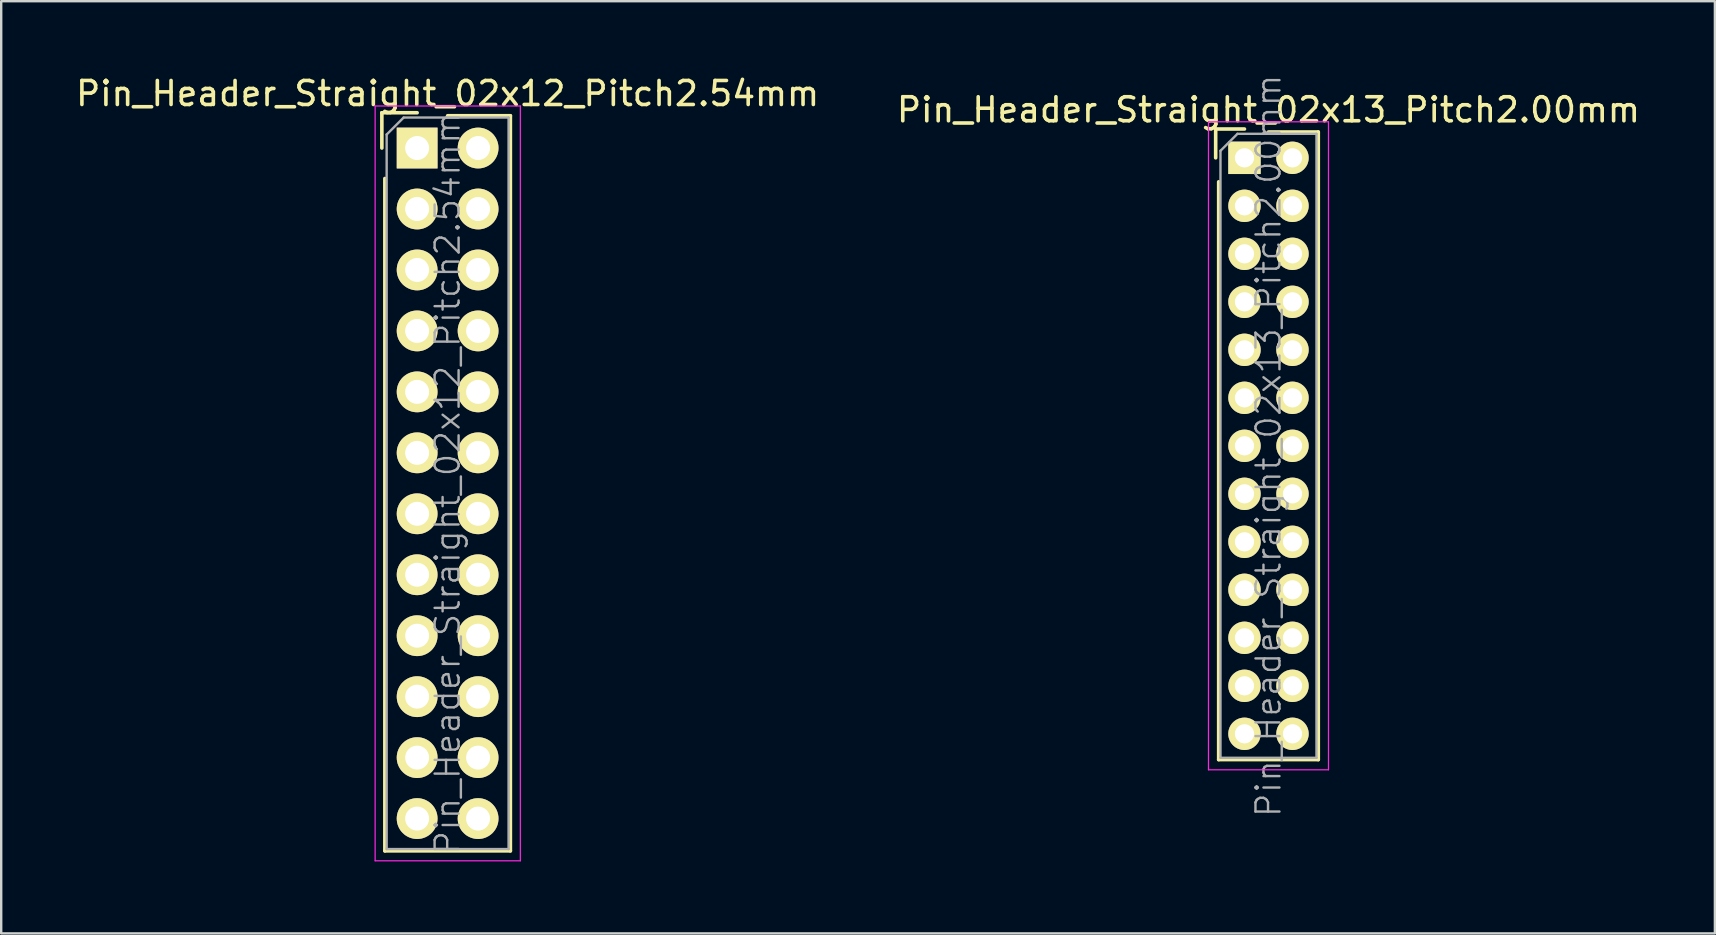
<source format=kicad_pcb>
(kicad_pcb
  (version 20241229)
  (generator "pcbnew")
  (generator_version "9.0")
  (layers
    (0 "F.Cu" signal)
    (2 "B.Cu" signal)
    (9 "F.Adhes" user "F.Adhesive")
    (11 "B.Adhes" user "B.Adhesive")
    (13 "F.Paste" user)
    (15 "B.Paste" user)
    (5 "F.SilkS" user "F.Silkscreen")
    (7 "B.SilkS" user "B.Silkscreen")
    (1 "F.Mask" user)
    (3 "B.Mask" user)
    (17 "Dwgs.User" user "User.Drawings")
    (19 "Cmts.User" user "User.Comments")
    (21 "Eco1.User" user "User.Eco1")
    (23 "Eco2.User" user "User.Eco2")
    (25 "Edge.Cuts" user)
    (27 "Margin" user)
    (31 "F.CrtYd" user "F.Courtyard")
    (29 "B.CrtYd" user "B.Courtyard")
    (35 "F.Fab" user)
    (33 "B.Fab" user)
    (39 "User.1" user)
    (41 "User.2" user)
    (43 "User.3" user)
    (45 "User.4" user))
  (footprint "Pin_Header_Straight_02x13_Pitch2.00mm"
    (layer "F.Cu")
    (at 48.804 3.526)
    (property "Reference" "Pin_Header_Straight_02x13_Pitch2.00mm" (at 1 -2 0) (layer "F.SilkS") (effects (font (size 1 1) (thickness 0.15))))
    (attr smd)
    (fp_line (start -1.2 -1.2) (end -1.2 0) (stroke (width 0.15) (type solid)) (layer "F.SilkS"))
    (fp_line (start -1.2 -1.2) (end 0 -1.2) (stroke (width 0.15) (type solid)) (layer "F.SilkS"))
    (fp_line (start -1.075 1) (end -1.075 25.075) (stroke (width 0.15) (type solid)) (layer "F.SilkS"))
    (fp_line (start -1.075 25.075) (end 3.075 25.075) (stroke (width 0.15) (type solid)) (layer "F.SilkS"))
    (fp_line (start 1 -1.075) (end 3.075 -1.075) (stroke (width 0.15) (type solid)) (layer "F.SilkS"))
    (fp_line (start 3.075 -1.075) (end 3.075 25.075) (stroke (width 0.15) (type solid)) (layer "F.SilkS"))
    (fp_line (start -1.5 -1.5) (end -1.5 25.5) (stroke (width 0.05) (type solid)) (layer "F.CrtYd"))
    (fp_line (start 3.5 -1.5) (end -1.5 -1.5) (stroke (width 0.05) (type solid)) (layer "F.CrtYd"))
    (fp_line (start 3.5 -1.5) (end 3.5 25.5) (stroke (width 0.05) (type solid)) (layer "F.CrtYd"))
    (fp_line (start 3.5 25.5) (end -1.5 25.5) (stroke (width 0.05) (type solid)) (layer "F.CrtYd"))
    (fp_line (start -1 -0.293) (end -0.293 -1) (stroke (width 0.1) (type solid)) (layer "F.Fab"))
    (fp_line (start -1 25) (end -1 -0.293) (stroke (width 0.1) (type solid)) (layer "F.Fab"))
    (fp_line (start 3 -1) (end -0.293 -1) (stroke (width 0.1) (type solid)) (layer "F.Fab"))
    (fp_line (start 3 25) (end -1 25) (stroke (width 0.1) (type solid)) (layer "F.Fab"))
    (fp_line (start 3 25) (end 3 -1) (stroke (width 0.1) (type solid)) (layer "F.Fab"))
    (fp_text user "${REFERENCE}" (at 1 12 90) (layer "F.Fab") (effects (font (size 1 1) (thickness 0.1))))
    (pad "1" thru_hole rect (at 0 0) (size 1.35 1.35) (drill 0.8) (layers "*.Cu" "*.Mask" "F.SilkS"))
    (pad "2" thru_hole oval (at 2 0) (size 1.35 1.35) (drill 0.8) (layers "*.Cu" "*.Mask" "F.SilkS"))
    (pad "3" thru_hole oval (at 0 2) (size 1.35 1.35) (drill 0.8) (layers "*.Cu" "*.Mask" "F.SilkS"))
    (pad "4" thru_hole oval (at 2 2) (size 1.35 1.35) (drill 0.8) (layers "*.Cu" "*.Mask" "F.SilkS"))
    (pad "5" thru_hole oval (at 0 4) (size 1.35 1.35) (drill 0.8) (layers "*.Cu" "*.Mask" "F.SilkS"))
    (pad "6" thru_hole oval (at 2 4) (size 1.35 1.35) (drill 0.8) (layers "*.Cu" "*.Mask" "F.SilkS"))
    (pad "7" thru_hole oval (at 0 6) (size 1.35 1.35) (drill 0.8) (layers "*.Cu" "*.Mask" "F.SilkS"))
    (pad "8" thru_hole oval (at 2 6) (size 1.35 1.35) (drill 0.8) (layers "*.Cu" "*.Mask" "F.SilkS"))
    (pad "9" thru_hole oval (at 0 8) (size 1.35 1.35) (drill 0.8) (layers "*.Cu" "*.Mask" "F.SilkS"))
    (pad "10" thru_hole oval (at 2 8) (size 1.35 1.35) (drill 0.8) (layers "*.Cu" "*.Mask" "F.SilkS"))
    (pad "11" thru_hole oval (at 0 10) (size 1.35 1.35) (drill 0.8) (layers "*.Cu" "*.Mask" "F.SilkS"))
    (pad "12" thru_hole oval (at 2 10) (size 1.35 1.35) (drill 0.8) (layers "*.Cu" "*.Mask" "F.SilkS"))
    (pad "13" thru_hole oval (at 0 12) (size 1.35 1.35) (drill 0.8) (layers "*.Cu" "*.Mask" "F.SilkS"))
    (pad "14" thru_hole oval (at 2 12) (size 1.35 1.35) (drill 0.8) (layers "*.Cu" "*.Mask" "F.SilkS"))
    (pad "15" thru_hole oval (at 0 14) (size 1.35 1.35) (drill 0.8) (layers "*.Cu" "*.Mask" "F.SilkS"))
    (pad "16" thru_hole oval (at 2 14) (size 1.35 1.35) (drill 0.8) (layers "*.Cu" "*.Mask" "F.SilkS"))
    (pad "17" thru_hole oval (at 0 16) (size 1.35 1.35) (drill 0.8) (layers "*.Cu" "*.Mask" "F.SilkS"))
    (pad "18" thru_hole oval (at 2 16) (size 1.35 1.35) (drill 0.8) (layers "*.Cu" "*.Mask" "F.SilkS"))
    (pad "19" thru_hole oval (at 0 18) (size 1.35 1.35) (drill 0.8) (layers "*.Cu" "*.Mask" "F.SilkS"))
    (pad "20" thru_hole oval (at 2 18) (size 1.35 1.35) (drill 0.8) (layers "*.Cu" "*.Mask" "F.SilkS"))
    (pad "21" thru_hole oval (at 0 20) (size 1.35 1.35) (drill 0.8) (layers "*.Cu" "*.Mask" "F.SilkS"))
    (pad "22" thru_hole oval (at 2 20) (size 1.35 1.35) (drill 0.8) (layers "*.Cu" "*.Mask" "F.SilkS"))
    (pad "23" thru_hole oval (at 0 22) (size 1.35 1.35) (drill 0.8) (layers "*.Cu" "*.Mask" "F.SilkS"))
    (pad "24" thru_hole oval (at 2 22) (size 1.35 1.35) (drill 0.8) (layers "*.Cu" "*.Mask" "F.SilkS"))
    (pad "25" thru_hole oval (at 0 24) (size 1.35 1.35) (drill 0.8) (layers "*.Cu" "*.Mask" "F.SilkS"))
    (pad "26" thru_hole oval (at 2 24) (size 1.35 1.35) (drill 0.8) (layers "*.Cu" "*.Mask" "F.SilkS")))
  (footprint "Pin_Header_Straight_02x12_Pitch2.54mm"
    (layer "F.Cu")
    (at 14.331 3.118)
    (property "Reference" "Pin_Header_Straight_02x12_Pitch2.54mm" (at 1.27 -2.27 0) (layer "F.SilkS") (effects (font (size 1 1) (thickness 0.15))))
    (attr smd)
    (fp_line (start -1.47 -1.47) (end -1.47 0) (stroke (width 0.15) (type solid)) (layer "F.SilkS"))
    (fp_line (start -1.47 -1.47) (end 0 -1.47) (stroke (width 0.15) (type solid)) (layer "F.SilkS"))
    (fp_line (start -1.345 1.27) (end -1.345 29.285) (stroke (width 0.15) (type solid)) (layer "F.SilkS"))
    (fp_line (start -1.345 29.285) (end 3.885 29.285) (stroke (width 0.15) (type solid)) (layer "F.SilkS"))
    (fp_line (start 1.27 -1.345) (end 3.885 -1.345) (stroke (width 0.15) (type solid)) (layer "F.SilkS"))
    (fp_line (start 3.885 -1.345) (end 3.885 29.285) (stroke (width 0.15) (type solid)) (layer "F.SilkS"))
    (fp_line (start -1.75 -1.75) (end -1.75 29.7) (stroke (width 0.05) (type solid)) (layer "F.CrtYd"))
    (fp_line (start 4.3 -1.75) (end -1.75 -1.75) (stroke (width 0.05) (type solid)) (layer "F.CrtYd"))
    (fp_line (start 4.3 -1.75) (end 4.3 29.7) (stroke (width 0.05) (type solid)) (layer "F.CrtYd"))
    (fp_line (start 4.3 29.7) (end -1.75 29.7) (stroke (width 0.05) (type solid)) (layer "F.CrtYd"))
    (fp_line (start -1.27 -0.563) (end -0.563 -1.27) (stroke (width 0.1) (type solid)) (layer "F.Fab"))
    (fp_line (start -1.27 29.21) (end -1.27 -0.563) (stroke (width 0.1) (type solid)) (layer "F.Fab"))
    (fp_line (start 3.81 -1.27) (end -0.563 -1.27) (stroke (width 0.1) (type solid)) (layer "F.Fab"))
    (fp_line (start 3.81 29.21) (end -1.27 29.21) (stroke (width 0.1) (type solid)) (layer "F.Fab"))
    (fp_line (start 3.81 29.21) (end 3.81 -1.27) (stroke (width 0.1) (type solid)) (layer "F.Fab"))
    (fp_text user "${REFERENCE}" (at 1.27 13.97 90) (layer "F.Fab") (effects (font (size 1 1) (thickness 0.1))))
    (pad "1" thru_hole rect (at 0 0) (size 1.7 1.7) (drill 1) (layers "*.Cu" "*.Mask" "F.SilkS"))
    (pad "2" thru_hole oval (at 2.54 0) (size 1.7 1.7) (drill 1) (layers "*.Cu" "*.Mask" "F.SilkS"))
    (pad "3" thru_hole oval (at 0 2.54) (size 1.7 1.7) (drill 1) (layers "*.Cu" "*.Mask" "F.SilkS"))
    (pad "4" thru_hole oval (at 2.54 2.54) (size 1.7 1.7) (drill 1) (layers "*.Cu" "*.Mask" "F.SilkS"))
    (pad "5" thru_hole oval (at 0 5.08) (size 1.7 1.7) (drill 1) (layers "*.Cu" "*.Mask" "F.SilkS"))
    (pad "6" thru_hole oval (at 2.54 5.08) (size 1.7 1.7) (drill 1) (layers "*.Cu" "*.Mask" "F.SilkS"))
    (pad "7" thru_hole oval (at 0 7.62) (size 1.7 1.7) (drill 1) (layers "*.Cu" "*.Mask" "F.SilkS"))
    (pad "8" thru_hole oval (at 2.54 7.62) (size 1.7 1.7) (drill 1) (layers "*.Cu" "*.Mask" "F.SilkS"))
    (pad "9" thru_hole oval (at 0 10.16) (size 1.7 1.7) (drill 1) (layers "*.Cu" "*.Mask" "F.SilkS"))
    (pad "10" thru_hole oval (at 2.54 10.16) (size 1.7 1.7) (drill 1) (layers "*.Cu" "*.Mask" "F.SilkS"))
    (pad "11" thru_hole oval (at 0 12.7) (size 1.7 1.7) (drill 1) (layers "*.Cu" "*.Mask" "F.SilkS"))
    (pad "12" thru_hole oval (at 2.54 12.7) (size 1.7 1.7) (drill 1) (layers "*.Cu" "*.Mask" "F.SilkS"))
    (pad "13" thru_hole oval (at 0 15.24) (size 1.7 1.7) (drill 1) (layers "*.Cu" "*.Mask" "F.SilkS"))
    (pad "14" thru_hole oval (at 2.54 15.24) (size 1.7 1.7) (drill 1) (layers "*.Cu" "*.Mask" "F.SilkS"))
    (pad "15" thru_hole oval (at 0 17.78) (size 1.7 1.7) (drill 1) (layers "*.Cu" "*.Mask" "F.SilkS"))
    (pad "16" thru_hole oval (at 2.54 17.78) (size 1.7 1.7) (drill 1) (layers "*.Cu" "*.Mask" "F.SilkS"))
    (pad "17" thru_hole oval (at 0 20.32) (size 1.7 1.7) (drill 1) (layers "*.Cu" "*.Mask" "F.SilkS"))
    (pad "18" thru_hole oval (at 2.54 20.32) (size 1.7 1.7) (drill 1) (layers "*.Cu" "*.Mask" "F.SilkS"))
    (pad "19" thru_hole oval (at 0 22.86) (size 1.7 1.7) (drill 1) (layers "*.Cu" "*.Mask" "F.SilkS"))
    (pad "20" thru_hole oval (at 2.54 22.86) (size 1.7 1.7) (drill 1) (layers "*.Cu" "*.Mask" "F.SilkS"))
    (pad "21" thru_hole oval (at 0 25.4) (size 1.7 1.7) (drill 1) (layers "*.Cu" "*.Mask" "F.SilkS"))
    (pad "22" thru_hole oval (at 2.54 25.4) (size 1.7 1.7) (drill 1) (layers "*.Cu" "*.Mask" "F.SilkS"))
    (pad "23" thru_hole oval (at 0 27.94) (size 1.7 1.7) (drill 1) (layers "*.Cu" "*.Mask" "F.SilkS"))
    (pad "24" thru_hole oval (at 2.54 27.94) (size 1.7 1.7) (drill 1) (layers "*.Cu" "*.Mask" "F.SilkS")))
  (gr_rect
    (start -3 -3)
    (end 68.405 35.843)
    (stroke (width 0.1) (type default))
    (fill no)
    (layer "Edge.Cuts")))
</source>
